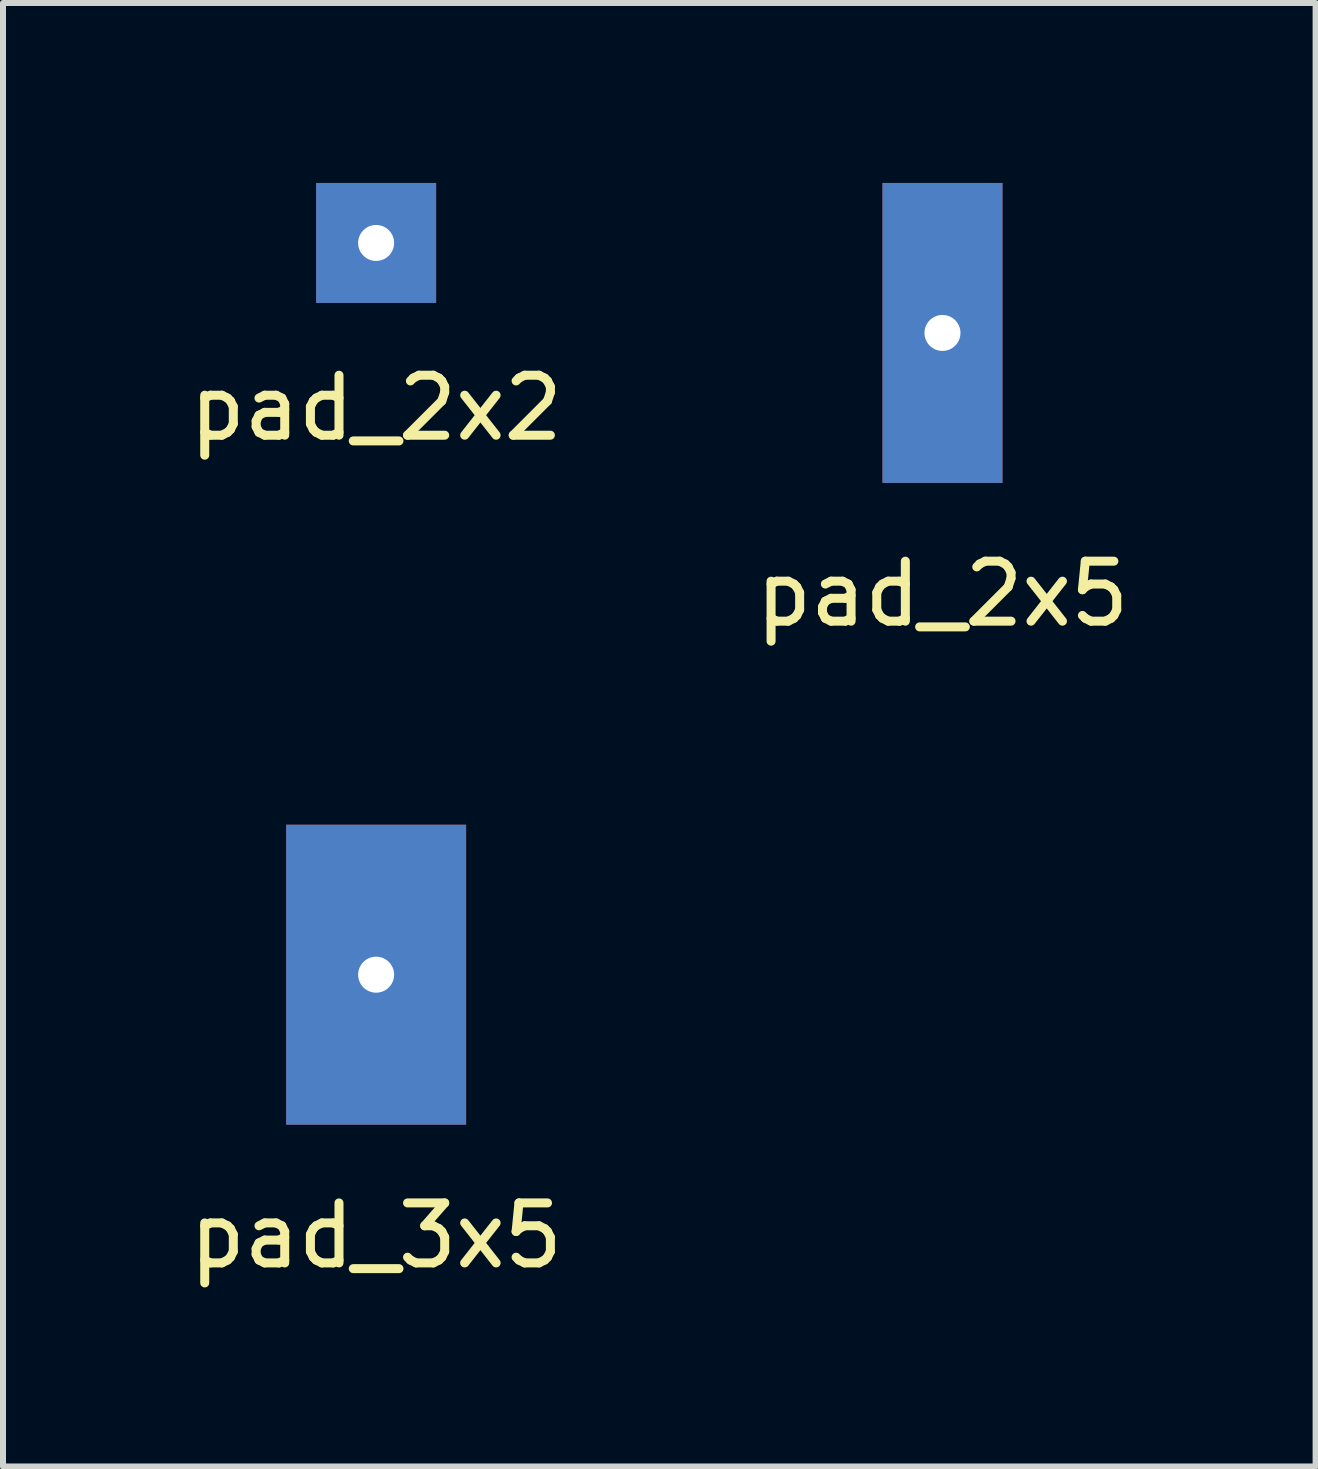
<source format=kicad_pcb>
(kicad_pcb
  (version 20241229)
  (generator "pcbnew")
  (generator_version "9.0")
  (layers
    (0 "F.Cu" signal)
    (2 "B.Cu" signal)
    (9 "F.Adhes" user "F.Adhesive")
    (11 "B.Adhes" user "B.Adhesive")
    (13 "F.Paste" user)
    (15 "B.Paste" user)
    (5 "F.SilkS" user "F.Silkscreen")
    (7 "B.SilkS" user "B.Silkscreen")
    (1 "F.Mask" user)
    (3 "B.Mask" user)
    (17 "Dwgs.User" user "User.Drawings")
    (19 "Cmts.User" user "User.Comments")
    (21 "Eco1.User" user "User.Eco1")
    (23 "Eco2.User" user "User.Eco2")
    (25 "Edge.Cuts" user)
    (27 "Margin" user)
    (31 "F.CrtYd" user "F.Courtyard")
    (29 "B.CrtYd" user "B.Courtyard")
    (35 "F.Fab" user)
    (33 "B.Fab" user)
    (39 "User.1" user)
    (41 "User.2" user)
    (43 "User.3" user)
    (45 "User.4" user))
  (footprint "pad_2x5"
    (layer "F.Cu")
    (at 12.661 2.5)
    (property "Reference" "pad_2x5" (at 0 4.35 0) (layer "F.SilkS") (effects (font (size 1 1) (thickness 0.15))))
    (attr through_hole)
    (pad "1" thru_hole rect (at 0 0) (size 2 5) (drill 0.6) (layers "*.Cu" "*.Mask")))
  (footprint "pad_2x2"
    (layer "F.Cu")
    (at 3.22 1)
    (property "Reference" "pad_2x2" (at 0 2.75 0) (layer "F.SilkS") (effects (font (size 1 1) (thickness 0.15))))
    (attr through_hole)
    (pad "1" thru_hole rect (at 0 0) (size 2 2) (drill 0.6) (layers "*.Cu" "*.Mask")))
  (footprint "pad_3x5"
    (layer "F.Cu")
    (at 3.22 13.198)
    (property "Reference" "pad_3x5" (at 0 4.35 0) (layer "F.SilkS") (effects (font (size 1 1) (thickness 0.15))))
    (attr through_hole)
    (pad "1" thru_hole rect (at 0 0) (size 3 5) (drill 0.6) (layers "*.Cu" "*.Mask")))
  (gr_rect
    (start -3 -3)
    (end 18.881 21.396)
    (stroke (width 0.1) (type default))
    (fill no)
    (layer "Edge.Cuts")))
</source>
